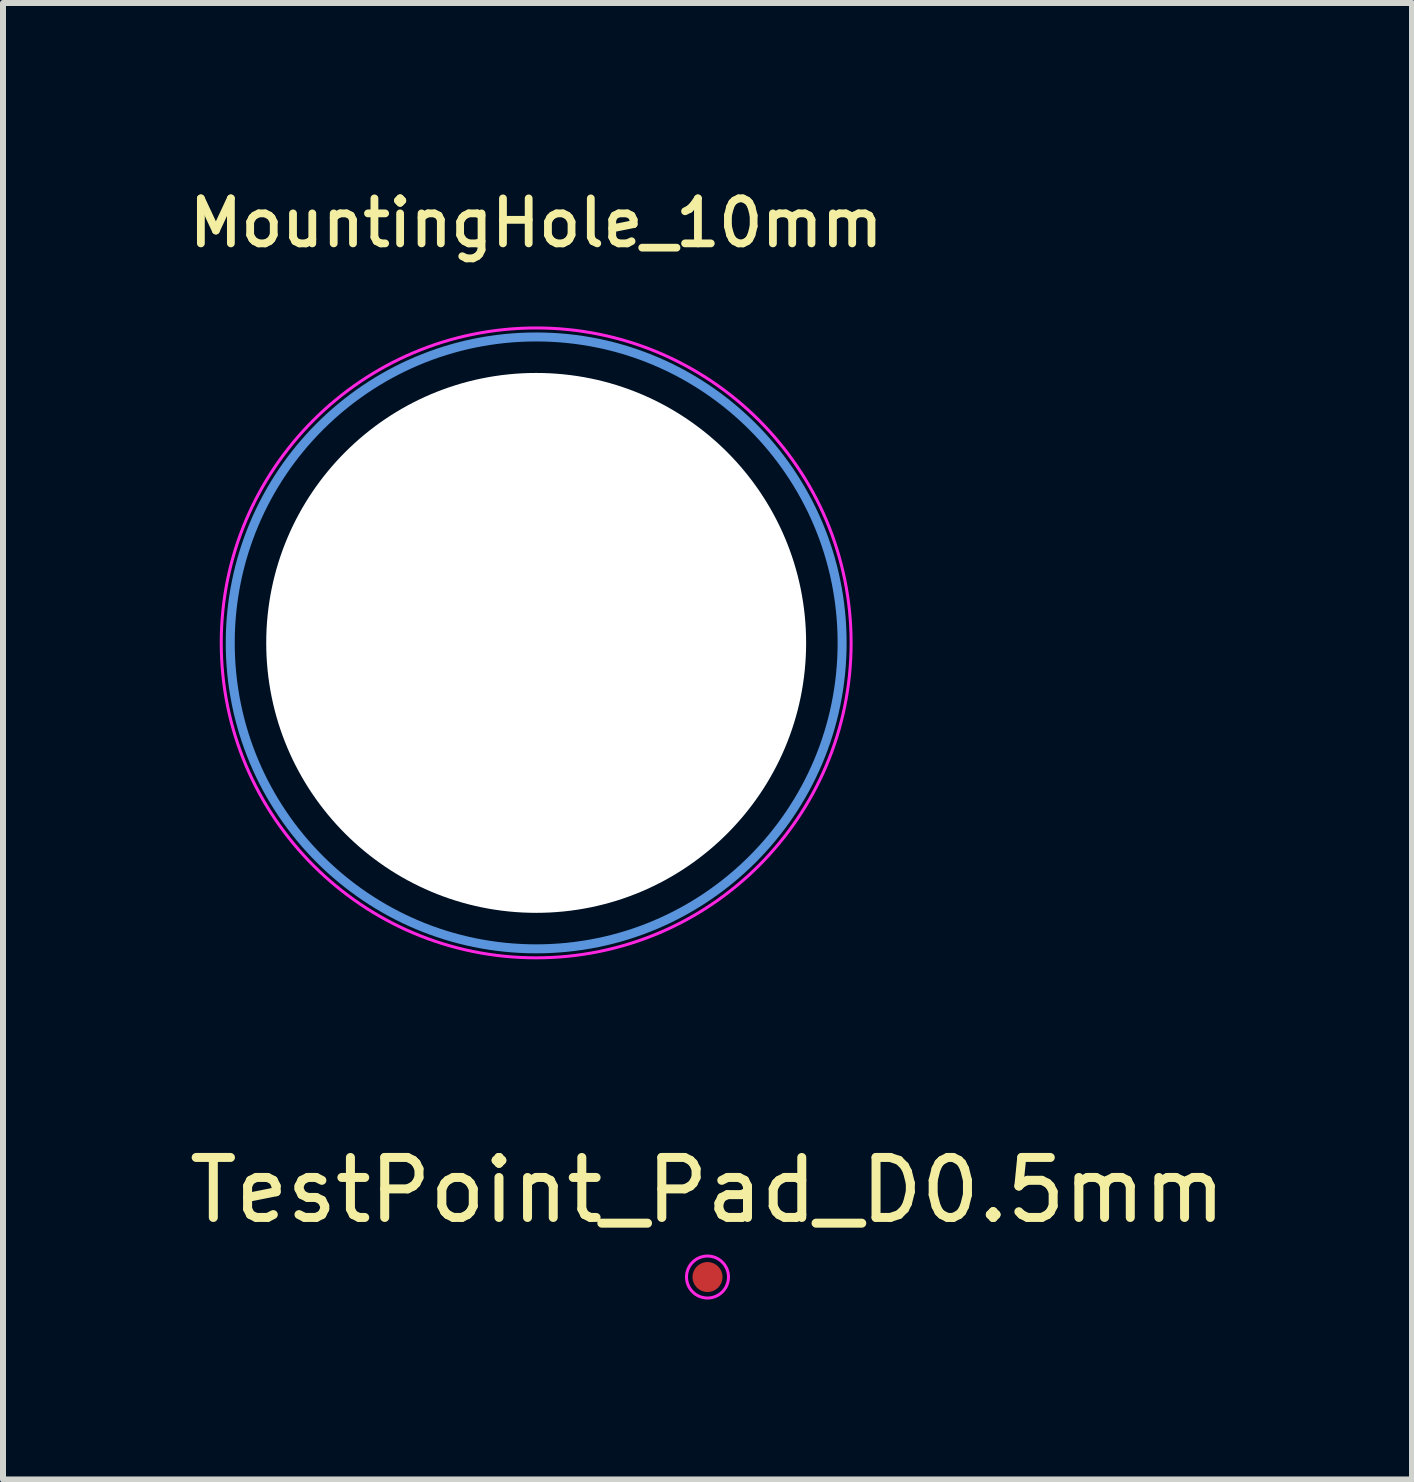
<source format=kicad_pcb>
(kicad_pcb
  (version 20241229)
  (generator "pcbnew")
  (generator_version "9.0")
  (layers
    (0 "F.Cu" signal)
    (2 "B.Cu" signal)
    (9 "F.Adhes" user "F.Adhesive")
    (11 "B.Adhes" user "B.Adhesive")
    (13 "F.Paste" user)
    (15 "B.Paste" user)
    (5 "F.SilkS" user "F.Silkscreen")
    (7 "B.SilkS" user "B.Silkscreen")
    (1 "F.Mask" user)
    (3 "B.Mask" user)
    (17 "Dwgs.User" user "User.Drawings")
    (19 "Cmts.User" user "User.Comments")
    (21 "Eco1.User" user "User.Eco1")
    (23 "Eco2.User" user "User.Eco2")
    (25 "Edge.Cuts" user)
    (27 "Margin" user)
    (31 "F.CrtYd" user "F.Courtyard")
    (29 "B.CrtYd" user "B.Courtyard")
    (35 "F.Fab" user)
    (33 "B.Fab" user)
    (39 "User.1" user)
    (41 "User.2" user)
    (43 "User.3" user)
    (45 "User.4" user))
  (footprint "TestPoint_Pad_D0.5mm"
    (layer "F.Cu")
    (at 8.744 18.238)
    (property "Reference" "TestPoint_Pad_D0.5mm" (at 0 -1.448 0) (layer "F.SilkS") (effects (font (size 1 1) (thickness 0.15))))
    (attr exclude_from_pos_files)
    (fp_circle (center 0 0) (end 0.35 0) (stroke (width 0.05) (type solid)) (fill no) (layer "F.CrtYd"))
    (pad "1" smd circle (at 0 0) (size 0.5 0.5) (layers "F.Cu" "F.Mask")))
  (footprint "MountingHole_10mm"
    (layer "F.Cu")
    (at 5.888 7.667)
    (property "Reference" "MountingHole_10mm" (at 0 -7 0) (layer "F.SilkS") (effects (font (size 0.75 0.75) (thickness 0.13))))
    (attr exclude_from_pos_files exclude_from_bom)
    (fp_circle (center 0 0) (end 5.1 0) (stroke (width 0.15) (type solid)) (fill no) (layer "Cmts.User"))
    (fp_circle (center 0 0) (end 5.25 0) (stroke (width 0.05) (type solid)) (fill no) (layer "F.CrtYd"))
    (pad "" np_thru_hole circle (at 0 0) (size 9 9) (drill 10) (layers "*.Cu" "*.Mask")))
  (gr_rect
    (start -3 -3)
    (end 20.488 21.613)
    (stroke (width 0.1) (type default))
    (fill no)
    (layer "Edge.Cuts")))
</source>
